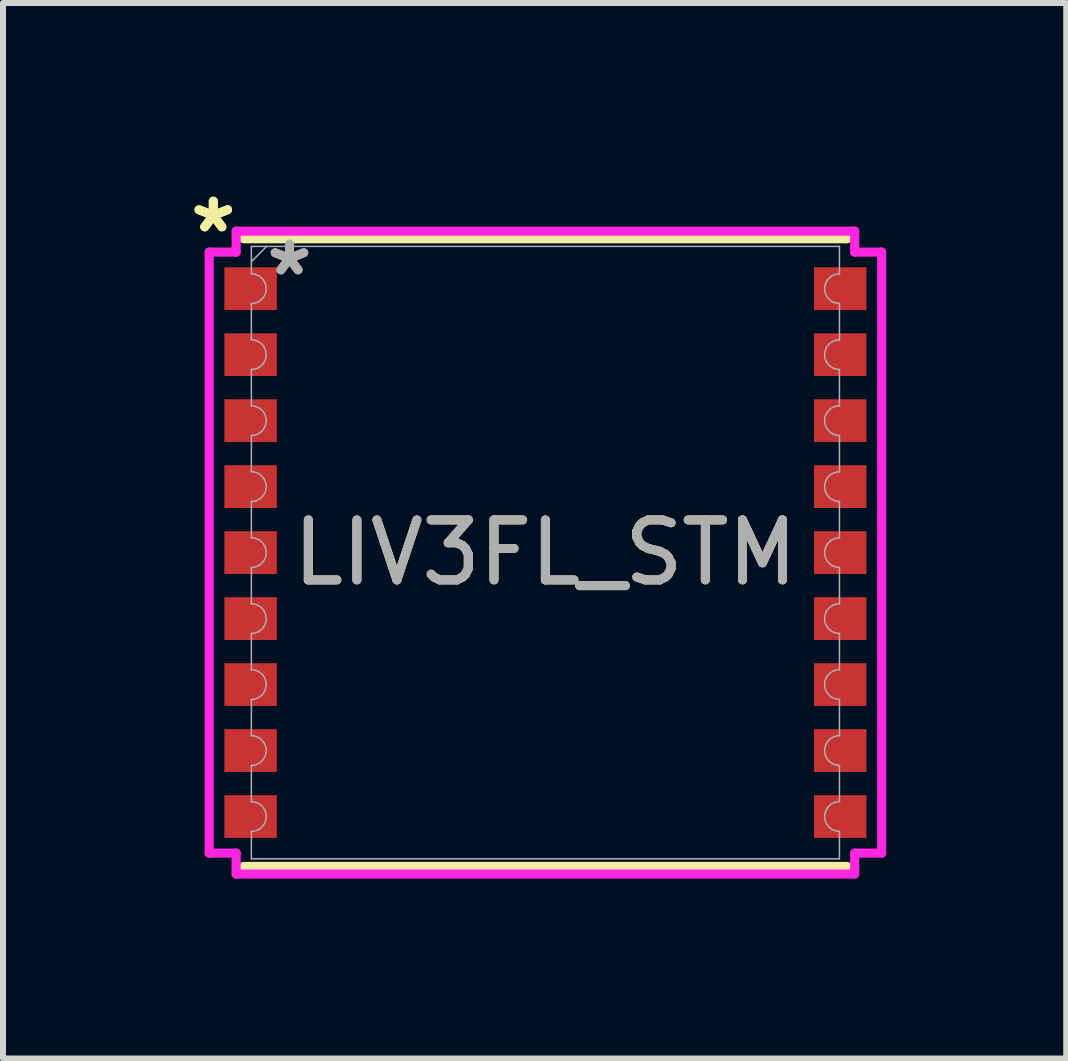
<source format=kicad_pcb>
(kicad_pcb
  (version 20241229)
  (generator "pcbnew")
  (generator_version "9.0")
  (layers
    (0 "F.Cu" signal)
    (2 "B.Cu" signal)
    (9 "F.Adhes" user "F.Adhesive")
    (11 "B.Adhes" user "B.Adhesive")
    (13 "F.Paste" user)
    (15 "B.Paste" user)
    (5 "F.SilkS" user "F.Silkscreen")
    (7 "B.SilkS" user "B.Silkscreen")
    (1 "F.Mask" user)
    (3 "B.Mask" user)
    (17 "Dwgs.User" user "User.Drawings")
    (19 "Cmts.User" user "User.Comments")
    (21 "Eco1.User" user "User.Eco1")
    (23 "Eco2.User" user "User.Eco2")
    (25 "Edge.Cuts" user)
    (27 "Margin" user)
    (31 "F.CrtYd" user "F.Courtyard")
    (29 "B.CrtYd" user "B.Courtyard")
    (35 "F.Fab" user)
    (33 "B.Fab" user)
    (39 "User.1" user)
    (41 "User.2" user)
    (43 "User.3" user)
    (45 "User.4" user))
  (footprint "LIV3FL_STM"
    (layer "F.Cu")
    (at 6.043 6.163)
    (property "Reference" "LIV3FL_STM" (at 0 0 0) (unlocked yes) (layer "F.SilkS") (effects (font (size 1 1) (thickness 0.15))))
    (attr smd)
    (fp_line (start -5.029 -5.232) (end 5.029 -5.232) (stroke (width 0.152) (type solid)) (layer "F.SilkS"))
    (fp_line (start -5.029 5.232) (end 5.029 5.232) (stroke (width 0.152) (type solid)) (layer "F.SilkS"))
    (fp_line (start -5.606 -5.01) (end -5.156 -5.01) (stroke (width 0.152) (type solid)) (layer "F.CrtYd"))
    (fp_line (start -5.606 5.01) (end -5.606 -5.01) (stroke (width 0.152) (type solid)) (layer "F.CrtYd"))
    (fp_line (start -5.606 5.01) (end -5.156 5.01) (stroke (width 0.152) (type solid)) (layer "F.CrtYd"))
    (fp_line (start -5.156 -5.359) (end 5.156 -5.359) (stroke (width 0.152) (type solid)) (layer "F.CrtYd"))
    (fp_line (start -5.156 -5.01) (end -5.156 -5.359) (stroke (width 0.152) (type solid)) (layer "F.CrtYd"))
    (fp_line (start -5.156 5.359) (end -5.156 5.01) (stroke (width 0.152) (type solid)) (layer "F.CrtYd"))
    (fp_line (start 5.156 -5.359) (end 5.156 -5.01) (stroke (width 0.152) (type solid)) (layer "F.CrtYd"))
    (fp_line (start 5.156 5.01) (end 5.156 5.359) (stroke (width 0.152) (type solid)) (layer "F.CrtYd"))
    (fp_line (start 5.156 5.359) (end -5.156 5.359) (stroke (width 0.152) (type solid)) (layer "F.CrtYd"))
    (fp_line (start 5.606 -5.01) (end 5.156 -5.01) (stroke (width 0.152) (type solid)) (layer "F.CrtYd"))
    (fp_line (start 5.606 -5.01) (end 5.606 5.01) (stroke (width 0.152) (type solid)) (layer "F.CrtYd"))
    (fp_line (start 5.606 5.01) (end 5.156 5.01) (stroke (width 0.152) (type solid)) (layer "F.CrtYd"))
    (fp_line (start -4.902 -5.105) (end 4.902 -5.105) (stroke (width 0.025) (type solid)) (layer "F.Fab"))
    (fp_line (start -4.902 -4.648) (end -4.902 -5.105) (stroke (width 0.025) (type solid)) (layer "F.Fab"))
    (fp_line (start -4.902 -4.152) (end -4.902 -3.548) (stroke (width 0.025) (type solid)) (layer "F.Fab"))
    (fp_line (start -4.902 -3.052) (end -4.902 -2.448) (stroke (width 0.025) (type solid)) (layer "F.Fab"))
    (fp_line (start -4.902 -1.952) (end -4.902 -1.348) (stroke (width 0.025) (type solid)) (layer "F.Fab"))
    (fp_line (start -4.902 -0.852) (end -4.902 -0.248) (stroke (width 0.025) (type solid)) (layer "F.Fab"))
    (fp_line (start -4.902 0.248) (end -4.902 0.852) (stroke (width 0.025) (type solid)) (layer "F.Fab"))
    (fp_line (start -4.902 1.348) (end -4.902 1.952) (stroke (width 0.025) (type solid)) (layer "F.Fab"))
    (fp_line (start -4.902 2.448) (end -4.902 3.052) (stroke (width 0.025) (type solid)) (layer "F.Fab"))
    (fp_line (start -4.902 3.548) (end -4.902 4.152) (stroke (width 0.025) (type solid)) (layer "F.Fab"))
    (fp_line (start -4.902 4.648) (end -4.902 5.105) (stroke (width 0.025) (type solid)) (layer "F.Fab"))
    (fp_line (start -4.902 5.105) (end 4.902 5.105) (stroke (width 0.025) (type solid)) (layer "F.Fab"))
    (fp_line (start -4.648 -5.105) (end -4.902 -4.851) (stroke (width 0.025) (type solid)) (layer "F.Fab"))
    (fp_line (start 4.902 -4.648) (end 4.902 -5.105) (stroke (width 0.025) (type solid)) (layer "F.Fab"))
    (fp_line (start 4.902 -4.152) (end 4.902 -3.548) (stroke (width 0.025) (type solid)) (layer "F.Fab"))
    (fp_line (start 4.902 -3.052) (end 4.902 -2.448) (stroke (width 0.025) (type solid)) (layer "F.Fab"))
    (fp_line (start 4.902 -1.952) (end 4.902 -1.348) (stroke (width 0.025) (type solid)) (layer "F.Fab"))
    (fp_line (start 4.902 -0.852) (end 4.902 -0.248) (stroke (width 0.025) (type solid)) (layer "F.Fab"))
    (fp_line (start 4.902 0.248) (end 4.902 0.852) (stroke (width 0.025) (type solid)) (layer "F.Fab"))
    (fp_line (start 4.902 1.348) (end 4.902 1.952) (stroke (width 0.025) (type solid)) (layer "F.Fab"))
    (fp_line (start 4.902 2.448) (end 4.902 3.052) (stroke (width 0.025) (type solid)) (layer "F.Fab"))
    (fp_line (start 4.902 3.548) (end 4.902 4.152) (stroke (width 0.025) (type solid)) (layer "F.Fab"))
    (fp_line (start 4.902 4.648) (end 4.902 5.105) (stroke (width 0.025) (type solid)) (layer "F.Fab"))
    (fp_arc (start -4.9022 -4.647651) (mid -4.65455 -4.400001) (end -4.9022 -4.152351) (stroke (width 0.0254) (type solid)) (layer "F.Fab"))
    (fp_arc (start -4.9022 -3.547651) (mid -4.65455 -3.300001) (end -4.9022 -3.052351) (stroke (width 0.0254) (type solid)) (layer "F.Fab"))
    (fp_arc (start -4.9022 -2.447651) (mid -4.65455 -2.200001) (end -4.9022 -1.952351) (stroke (width 0.0254) (type solid)) (layer "F.Fab"))
    (fp_arc (start -4.9022 -1.34765) (mid -4.65455 -1.1) (end -4.9022 -0.85235) (stroke (width 0.0254) (type solid)) (layer "F.Fab"))
    (fp_arc (start -4.9022 -0.24765) (mid -4.65455 0) (end -4.9022 0.24765) (stroke (width 0.0254) (type solid)) (layer "F.Fab"))
    (fp_arc (start -4.9022 0.85235) (mid -4.65455 1.1) (end -4.9022 1.34765) (stroke (width 0.0254) (type solid)) (layer "F.Fab"))
    (fp_arc (start -4.9022 1.952351) (mid -4.65455 2.200001) (end -4.9022 2.447651) (stroke (width 0.0254) (type solid)) (layer "F.Fab"))
    (fp_arc (start -4.9022 3.052348) (mid -4.65455 3.299998) (end -4.9022 3.547648) (stroke (width 0.0254) (type solid)) (layer "F.Fab"))
    (fp_arc (start -4.9022 4.152349) (mid -4.65455 4.399999) (end -4.9022 4.647649) (stroke (width 0.0254) (type solid)) (layer "F.Fab"))
    (fp_arc (start 4.9022 -4.152351) (mid 4.65455 -4.400001) (end 4.9022 -4.647651) (stroke (width 0.0254) (type solid)) (layer "F.Fab"))
    (fp_arc (start 4.9022 -3.052351) (mid 4.65455 -3.300001) (end 4.9022 -3.547651) (stroke (width 0.0254) (type solid)) (layer "F.Fab"))
    (fp_arc (start 4.9022 -1.952351) (mid 4.65455 -2.200001) (end 4.9022 -2.447651) (stroke (width 0.0254) (type solid)) (layer "F.Fab"))
    (fp_arc (start 4.9022 -0.85235) (mid 4.65455 -1.1) (end 4.9022 -1.34765) (stroke (width 0.0254) (type solid)) (layer "F.Fab"))
    (fp_arc (start 4.9022 0.24765) (mid 4.65455 0) (end 4.9022 -0.24765) (stroke (width 0.0254) (type solid)) (layer "F.Fab"))
    (fp_arc (start 4.9022 1.34765) (mid 4.65455 1.1) (end 4.9022 0.85235) (stroke (width 0.0254) (type solid)) (layer "F.Fab"))
    (fp_arc (start 4.9022 2.447651) (mid 4.65455 2.200001) (end 4.9022 1.952351) (stroke (width 0.0254) (type solid)) (layer "F.Fab"))
    (fp_arc (start 4.9022 3.547648) (mid 4.65455 3.299998) (end 4.9022 3.052348) (stroke (width 0.0254) (type solid)) (layer "F.Fab"))
    (fp_arc (start 4.9022 4.647649) (mid 4.65455 4.399999) (end 4.9022 4.152349) (stroke (width 0.0254) (type solid)) (layer "F.Fab"))
    (fp_text user "*" (at -5.537 -5.314 0) (layer "F.SilkS") (effects (font (size 1 1) (thickness 0.15))))
    (fp_text user "*" (at -5.537 -5.314 0) (unlocked yes) (layer "F.SilkS") (effects (font (size 1 1) (thickness 0.15))))
    (fp_text user "*" (at -4.267 -4.597 0) (unlocked yes) (layer "F.Fab") (effects (font (size 1 1) (thickness 0.15))))
    (fp_text user "${REFERENCE}" (at 0 0 0) (unlocked yes) (layer "F.Fab") (effects (font (size 1 1) (thickness 0.15))))
    (fp_text user "*" (at -4.267 -4.597 0) (layer "F.Fab") (effects (font (size 1 1) (thickness 0.15))))
    (pad "1" smd rect (at -4.915 -4.4) (size 0.875 0.713) (layers "F.Cu" "F.Mask" "F.Paste"))
    (pad "2" smd rect (at -4.915 -3.3) (size 0.875 0.713) (layers "F.Cu" "F.Mask" "F.Paste"))
    (pad "3" smd rect (at -4.915 -2.2) (size 0.875 0.713) (layers "F.Cu" "F.Mask" "F.Paste"))
    (pad "4" smd rect (at -4.915 -1.1) (size 0.875 0.713) (layers "F.Cu" "F.Mask" "F.Paste"))
    (pad "5" smd rect (at -4.915 0) (size 0.875 0.713) (layers "F.Cu" "F.Mask" "F.Paste"))
    (pad "6" smd rect (at -4.915 1.1) (size 0.875 0.713) (layers "F.Cu" "F.Mask" "F.Paste"))
    (pad "7" smd rect (at -4.915 2.2) (size 0.875 0.713) (layers "F.Cu" "F.Mask" "F.Paste"))
    (pad "8" smd rect (at -4.915 3.3) (size 0.875 0.713) (layers "F.Cu" "F.Mask" "F.Paste"))
    (pad "9" smd rect (at -4.915 4.4) (size 0.875 0.713) (layers "F.Cu" "F.Mask" "F.Paste"))
    (pad "10" smd rect (at 4.915 4.4) (size 0.875 0.713) (layers "F.Cu" "F.Mask" "F.Paste"))
    (pad "11" smd rect (at 4.915 3.3) (size 0.875 0.713) (layers "F.Cu" "F.Mask" "F.Paste"))
    (pad "12" smd rect (at 4.915 2.2) (size 0.875 0.713) (layers "F.Cu" "F.Mask" "F.Paste"))
    (pad "13" smd rect (at 4.915 1.1) (size 0.875 0.713) (layers "F.Cu" "F.Mask" "F.Paste"))
    (pad "14" smd rect (at 4.915 0) (size 0.875 0.713) (layers "F.Cu" "F.Mask" "F.Paste"))
    (pad "15" smd rect (at 4.915 -1.1) (size 0.875 0.713) (layers "F.Cu" "F.Mask" "F.Paste"))
    (pad "16" smd rect (at 4.915 -2.2) (size 0.875 0.713) (layers "F.Cu" "F.Mask" "F.Paste"))
    (pad "17" smd rect (at 4.915 -3.3) (size 0.875 0.713) (layers "F.Cu" "F.Mask" "F.Paste"))
    (pad "18" smd rect (at 4.915 -4.4) (size 0.875 0.713) (layers "F.Cu" "F.Mask" "F.Paste")))
  (gr_rect
    (start -3 -3)
    (end 14.726 14.598)
    (stroke (width 0.1) (type default))
    (fill no)
    (layer "Edge.Cuts")))
</source>
